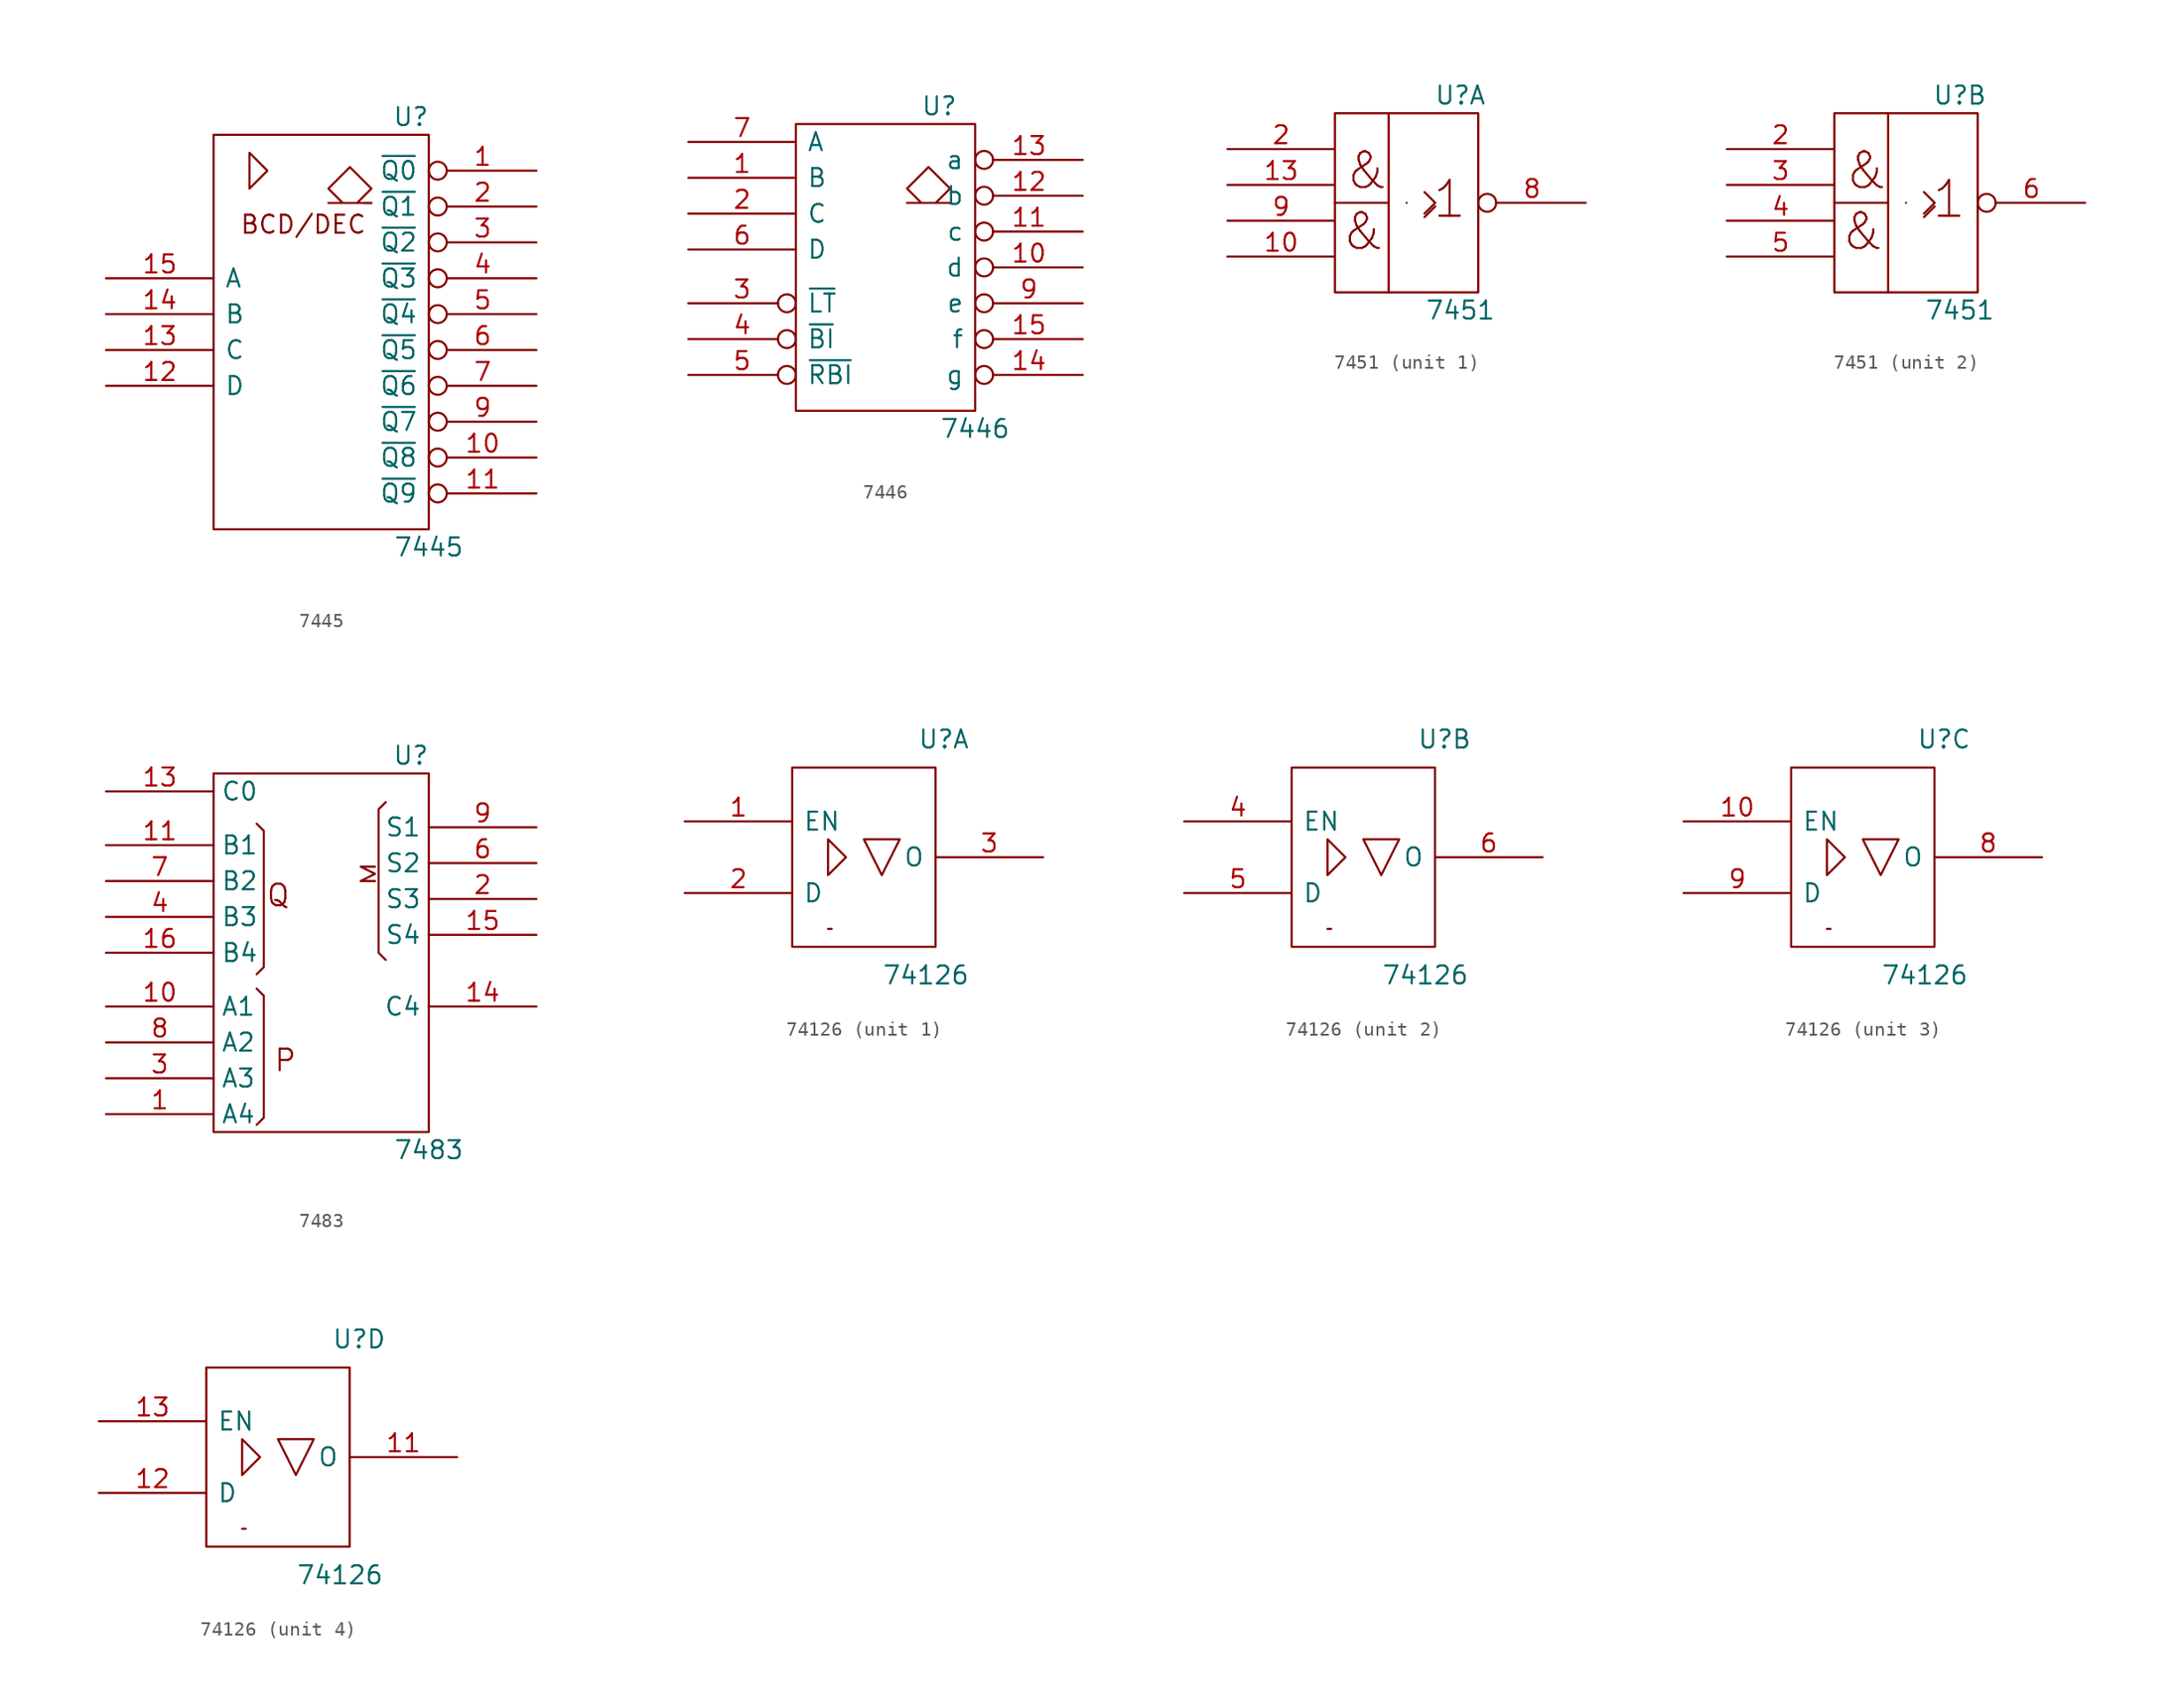
<source format=kicad_sym>
(kicad_symbol_lib
  (version 20201005)
  (generator kicad_symbol_editor)
  (symbol "7445"
    (pin_names
      (offset 0.762))
    (property "Reference" "U"
      (at 6.35 15.24 0)
      (effects (font (size 1.27 1.27))))
    (property "Value" "7445"
      (at 7.62 -15.24 0)
      (effects (font (size 1.27 1.27))))
    (symbol "7445_0_0"
      (text "BCD/DEC" (at -1.27 7.62 0) (effects (font (size 1.27 1.27))))
      (polyline (pts (xy -5.08 12.7) (xy -5.08 10.16) (xy -3.81 11.43) (xy -5.08 12.7) (xy -5.08 12.7)) (stroke (width 0)) (fill (type none)))
      (polyline (pts (xy 3.556 9.144) (xy 3.048 9.144) (xy 3.048 9.144)) (stroke (width 0)) (fill (type none)))
      (polyline (pts (xy 2.54 9.144) (xy 3.556 10.16) (xy 2.032 11.684) (xy 0.508 10.16) (xy 1.524 9.144) (xy 0.508 9.144) (xy 3.556 9.144)) (stroke (width 0)) (fill (type none)))
      (pin power_in line (at 0 13.97 270) (length 0) hide (name "VCC" (effects (font (size 1.27 1.27)))) (number "16" (effects (font (size 1.27 1.27)))))
      (pin power_in line (at 0 -13.97 90) (length 0) hide (name "GND" (effects (font (size 1.27 1.27)))) (number "8" (effects (font (size 1.27 1.27))))))
    (symbol "7445_0_1"
      (rectangle (start -7.62 13.97) (end 7.62 -13.97) (stroke (width 0)) (fill (type none))))
    (symbol "7445_1_1"
      (pin open_collector inverted (at 15.24 -11.43 180) (length 7.62) (name "~Q9" (effects (font (size 1.27 1.27)))) (number "11" (effects (font (size 1.27 1.27)))))
      (pin open_collector inverted (at 15.24 -8.89 180) (length 7.62) (name "~Q8" (effects (font (size 1.27 1.27)))) (number "10" (effects (font (size 1.27 1.27)))))
      (pin open_collector inverted (at 15.24 -6.35 180) (length 7.62) (name "~Q7" (effects (font (size 1.27 1.27)))) (number "9" (effects (font (size 1.27 1.27)))))
      (pin open_collector inverted (at 15.24 -3.81 180) (length 7.62) (name "~Q6" (effects (font (size 1.27 1.27)))) (number "7" (effects (font (size 1.27 1.27)))))
      (pin open_collector inverted (at 15.24 -1.27 180) (length 7.62) (name "~Q5" (effects (font (size 1.27 1.27)))) (number "6" (effects (font (size 1.27 1.27)))))
      (pin open_collector inverted (at 15.24 1.27 180) (length 7.62) (name "~Q4" (effects (font (size 1.27 1.27)))) (number "5" (effects (font (size 1.27 1.27)))))
      (pin open_collector inverted (at 15.24 3.81 180) (length 7.62) (name "~Q3" (effects (font (size 1.27 1.27)))) (number "4" (effects (font (size 1.27 1.27)))))
      (pin open_collector inverted (at 15.24 6.35 180) (length 7.62) (name "~Q2" (effects (font (size 1.27 1.27)))) (number "3" (effects (font (size 1.27 1.27)))))
      (pin open_collector inverted (at 15.24 8.89 180) (length 7.62) (name "~Q1" (effects (font (size 1.27 1.27)))) (number "2" (effects (font (size 1.27 1.27)))))
      (pin open_collector inverted (at 15.24 11.43 180) (length 7.62) (name "~Q0" (effects (font (size 1.27 1.27)))) (number "1" (effects (font (size 1.27 1.27)))))
      (pin input line (at -15.24 -3.81 0) (length 7.62) (name "D" (effects (font (size 1.27 1.27)))) (number "12" (effects (font (size 1.27 1.27)))))
      (pin input line (at -15.24 -1.27 0) (length 7.62) (name "C" (effects (font (size 1.27 1.27)))) (number "13" (effects (font (size 1.27 1.27)))))
      (pin input line (at -15.24 1.27 0) (length 7.62) (name "B" (effects (font (size 1.27 1.27)))) (number "14" (effects (font (size 1.27 1.27)))))
      (pin input line (at -15.24 3.81 0) (length 7.62) (name "A" (effects (font (size 1.27 1.27)))) (number "15" (effects (font (size 1.27 1.27)))))))
  (symbol "7446"
    (pin_names
      (offset 0.762))
    (property "Reference" "U"
      (at 3.81 11.43 0)
      (effects (font (size 1.27 1.27))))
    (property "Value" "7446"
      (at 6.35 -11.43 0)
      (effects (font (size 1.27 1.27))))
    (symbol "7446_0_0"
      (rectangle (start -6.35 10.16) (end 6.35 -10.16) (stroke (width 0)) (fill (type none)))
      (polyline (pts (xy 3.556 4.572) (xy 4.572 5.588) (xy 3.048 7.112) (xy 1.524 5.588) (xy 2.54 4.572) (xy 1.524 4.572) (xy 4.572 4.572) (xy 4.572 4.572)) (stroke (width 0)) (fill (type none)))
      (pin power_in line (at 0 10.16 270) (length 0) hide (name "VCC" (effects (font (size 1.27 1.27)))) (number "16" (effects (font (size 1.27 1.27)))))
      (pin power_in line (at 0 -10.16 90) (length 0) hide (name "GND" (effects (font (size 1.27 1.27)))) (number "8" (effects (font (size 1.27 1.27))))))
    (symbol "7446_1_1"
      (pin open_collector inverted (at 13.97 -7.62 180) (length 7.62) (name "g" (effects (font (size 1.27 1.27)))) (number "14" (effects (font (size 1.27 1.27)))))
      (pin open_collector inverted (at 13.97 -5.08 180) (length 7.62) (name "f" (effects (font (size 1.27 1.27)))) (number "15" (effects (font (size 1.27 1.27)))))
      (pin open_collector inverted (at 13.97 -2.54 180) (length 7.62) (name "e" (effects (font (size 1.27 1.27)))) (number "9" (effects (font (size 1.27 1.27)))))
      (pin open_collector inverted (at 13.97 0 180) (length 7.62) (name "d" (effects (font (size 1.27 1.27)))) (number "10" (effects (font (size 1.27 1.27)))))
      (pin open_collector inverted (at 13.97 2.54 180) (length 7.62) (name "c" (effects (font (size 1.27 1.27)))) (number "11" (effects (font (size 1.27 1.27)))))
      (pin open_collector inverted (at 13.97 5.08 180) (length 7.62) (name "b" (effects (font (size 1.27 1.27)))) (number "12" (effects (font (size 1.27 1.27)))))
      (pin open_collector inverted (at 13.97 7.62 180) (length 7.62) (name "a" (effects (font (size 1.27 1.27)))) (number "13" (effects (font (size 1.27 1.27)))))
      (pin input inverted (at -13.97 -7.62 0) (length 7.62) (name "~RBI" (effects (font (size 1.27 1.27)))) (number "5" (effects (font (size 1.27 1.27)))))
      (pin input inverted (at -13.97 -5.08 0) (length 7.62) (name "~BI" (effects (font (size 1.27 1.27)))) (number "4" (effects (font (size 1.27 1.27)))))
      (pin input inverted (at -13.97 -2.54 0) (length 7.62) (name "~LT" (effects (font (size 1.27 1.27)))) (number "3" (effects (font (size 1.27 1.27)))))
      (pin input line (at -13.97 1.27 0) (length 7.62) (name "D" (effects (font (size 1.27 1.27)))) (number "6" (effects (font (size 1.27 1.27)))))
      (pin input line (at -13.97 3.81 0) (length 7.62) (name "C" (effects (font (size 1.27 1.27)))) (number "2" (effects (font (size 1.27 1.27)))))
      (pin input line (at -13.97 6.35 0) (length 7.62) (name "B" (effects (font (size 1.27 1.27)))) (number "1" (effects (font (size 1.27 1.27)))))
      (pin input line (at -13.97 8.89 0) (length 7.62) (name "A" (effects (font (size 1.27 1.27)))) (number "7" (effects (font (size 1.27 1.27)))))))
  (symbol "7451"
    (pin_names
      (offset 0.762))
    (property "Reference" "U"
      (at 3.81 7.62 0)
      (effects (font (size 1.27 1.27))))
    (property "Value" "7451"
      (at 3.81 -7.62 0)
      (effects (font (size 1.27 1.27))))
    (symbol "7451_0_0"
      (text "&" (at -2.794 2.286 0) (effects (font (size 2.54 2.54))))
      (text "1" (at 3.048 0.254 0) (effects (font (size 2.54 2.54))))
      (text "&" (at -3.048 -2.032 0) (effects (font (size 2.54 2.54))))
      (rectangle (start 0 0) (end 0 0) (stroke (width 0)) (fill (type none)))
      (polyline (pts (xy 1.27 -1.016) (xy 2.032 -0.254) (xy 2.032 -0.254)) (stroke (width 0)) (fill (type none)))
      (polyline (pts (xy 1.27 0.762) (xy 2.032 0) (xy 1.27 -0.762) (xy 1.27 -0.762)) (stroke (width 0)) (fill (type none))))
    (symbol "7451_0_1"
      (rectangle (start -5.08 6.35) (end 5.08 -6.35) (stroke (width 0)) (fill (type none)))
      (polyline (pts (xy -1.27 6.35) (xy -1.27 0) (xy -5.08 0) (xy -5.08 0)) (stroke (width 0)) (fill (type none)))
      (polyline (pts (xy -1.27 0) (xy -1.27 -6.35) (xy -1.27 -6.35)) (stroke (width 0)) (fill (type none)))
      (pin power_in line (at 0 6.35 270) (length 0) hide (name "VCC" (effects (font (size 1.27 1.27)))) (number "14" (effects (font (size 1.27 1.27)))))
      (pin power_in line (at 0 -6.35 90) (length 0) hide (name "GND" (effects (font (size 1.27 1.27)))) (number "7" (effects (font (size 1.27 1.27))))))
    (symbol "7451_1_1"
      (pin output inverted (at 12.7 0 180) (length 7.62) (name "~" (effects (font (size 1.27 1.27)))) (number "8" (effects (font (size 1.27 1.27)))))
      (pin input line (at -12.7 -3.81 0) (length 7.62) (name "~" (effects (font (size 1.27 1.27)))) (number "10" (effects (font (size 1.27 1.27)))))
      (pin input line (at -12.7 -1.27 0) (length 7.62) (name "~" (effects (font (size 1.27 1.27)))) (number "9" (effects (font (size 1.27 1.27)))))
      (pin input line (at -12.7 1.27 0) (length 7.62) (name "~" (effects (font (size 1.27 1.27)))) (number "13" (effects (font (size 1.27 1.27)))))
      (pin input line (at -12.7 3.81 0) (length 7.62) (name "~" (effects (font (size 1.27 1.27)))) (number "2" (effects (font (size 1.27 1.27))))))
    (symbol "7451_2_1"
      (pin output inverted (at 12.7 0 180) (length 7.62) (name "~" (effects (font (size 1.27 1.27)))) (number "6" (effects (font (size 1.27 1.27)))))
      (pin input line (at -12.7 -3.81 0) (length 7.62) (name "~" (effects (font (size 1.27 1.27)))) (number "5" (effects (font (size 1.27 1.27)))))
      (pin input line (at -12.7 -1.27 0) (length 7.62) (name "~" (effects (font (size 1.27 1.27)))) (number "4" (effects (font (size 1.27 1.27)))))
      (pin input line (at -12.7 1.27 0) (length 7.62) (name "~" (effects (font (size 1.27 1.27)))) (number "3" (effects (font (size 1.27 1.27)))))
      (pin input line (at -12.7 3.81 0) (length 7.62) (name "~" (effects (font (size 1.27 1.27)))) (number "2" (effects (font (size 1.27 1.27)))))))
  (symbol "7483"
    (property "Reference" "U"
      (at 6.35 13.97 0)
      (effects (font (size 1.27 1.27))))
    (property "Value" "7483"
      (at 7.62 -13.97 0)
      (effects (font (size 1.27 1.27))))
    (symbol "7483_0_0"
      (text "P" (at -2.54 -7.62 0) (effects (font (size 1.524 1.524))))
      (text "Q" (at -3.048 4.064 0) (effects (font (size 1.524 1.524))))
      (rectangle (start -7.62 12.7) (end 7.62 -12.7) (stroke (width 0)) (fill (type none)))
      (polyline (pts (xy -4.572 -12.192) (xy -4.064 -11.684) (xy -4.064 -3.048) (xy -4.572 -2.54) (xy -4.572 -2.54)) (stroke (width 0)) (fill (type none)))
      (polyline (pts (xy -4.572 9.144) (xy -4.064 8.636) (xy -4.064 -1.016) (xy -4.572 -1.524) (xy -4.572 -1.524)) (stroke (width 0)) (fill (type none)))
      (polyline (pts (xy 4.572 10.668) (xy 4.064 10.16) (xy 4.064 0) (xy 4.572 -0.508) (xy 4.572 -0.508)) (stroke (width 0)) (fill (type none)))
      (polyline (pts (xy 3.81 6.096) (xy 2.794 6.096) (xy 3.81 5.588) (xy 2.794 5.08) (xy 3.81 5.08) (xy 3.81 5.08)) (stroke (width 0)) (fill (type none)))
      (pin power_in line (at 0 12.7 270) (length 0) hide (name "VCC" (effects (font (size 1.27 1.27)))) (number "5" (effects (font (size 1.27 1.27)))))
      (pin power_in line (at 0 -12.7 90) (length 0) hide (name "GND" (effects (font (size 1.27 1.27)))) (number "12" (effects (font (size 1.27 1.27))))))
    (symbol "7483_1_1"
      (pin output line (at 15.24 -3.81 180) (length 7.62) (name "C4" (effects (font (size 1.27 1.27)))) (number "14" (effects (font (size 1.27 1.27)))))
      (pin output line (at 15.24 1.27 180) (length 7.62) (name "S4" (effects (font (size 1.27 1.27)))) (number "15" (effects (font (size 1.27 1.27)))))
      (pin output line (at 15.24 3.81 180) (length 7.62) (name "S3" (effects (font (size 1.27 1.27)))) (number "2" (effects (font (size 1.27 1.27)))))
      (pin output line (at 15.24 6.35 180) (length 7.62) (name "S2" (effects (font (size 1.27 1.27)))) (number "6" (effects (font (size 1.27 1.27)))))
      (pin output line (at 15.24 8.89 180) (length 7.62) (name "S1" (effects (font (size 1.27 1.27)))) (number "9" (effects (font (size 1.27 1.27)))))
      (pin input line (at -15.24 -11.43 0) (length 7.62) (name "A4" (effects (font (size 1.27 1.27)))) (number "1" (effects (font (size 1.27 1.27)))))
      (pin input line (at -15.24 -8.89 0) (length 7.62) (name "A3" (effects (font (size 1.27 1.27)))) (number "3" (effects (font (size 1.27 1.27)))))
      (pin input line (at -15.24 -6.35 0) (length 7.62) (name "A2" (effects (font (size 1.27 1.27)))) (number "8" (effects (font (size 1.27 1.27)))))
      (pin input line (at -15.24 -3.81 0) (length 7.62) (name "A1" (effects (font (size 1.27 1.27)))) (number "10" (effects (font (size 1.27 1.27)))))
      (pin input line (at -15.24 0 0) (length 7.62) (name "B4" (effects (font (size 1.27 1.27)))) (number "16" (effects (font (size 1.27 1.27)))))
      (pin input line (at -15.24 2.54 0) (length 7.62) (name "B3" (effects (font (size 1.27 1.27)))) (number "4" (effects (font (size 1.27 1.27)))))
      (pin input line (at -15.24 5.08 0) (length 7.62) (name "B2" (effects (font (size 1.27 1.27)))) (number "7" (effects (font (size 1.27 1.27)))))
      (pin input line (at -15.24 7.62 0) (length 7.62) (name "B1" (effects (font (size 1.27 1.27)))) (number "11" (effects (font (size 1.27 1.27)))))
      (pin input line (at -15.24 11.43 0) (length 7.62) (name "C0" (effects (font (size 1.27 1.27)))) (number "13" (effects (font (size 1.27 1.27)))))))
  (symbol "74126"
    (pin_names
      (offset 0.762))
    (property "Reference" "U"
      (at 3.81 7.62 0)
      (effects (font (size 1.27 1.27)) (justify left bottom)))
    (property "Value" "74126"
      (at 1.27 -7.62 0)
      (effects (font (size 1.27 1.27)) (justify left top)))
    (symbol "74126_0_0"
      (rectangle (start -2.286 -5.08) (end -2.54 -5.08) (stroke (width 0)) (fill (type none)))
      (pin power_in line (at 0 6.35 270) (length 0) hide (name "VCC" (effects (font (size 1.27 1.27)))) (number "14" (effects (font (size 1.27 1.27)))))
      (pin power_in line (at 0 -6.35 90) (length 0) hide (name "GND" (effects (font (size 1.27 1.27)))) (number "7" (effects (font (size 1.27 1.27))))))
    (symbol "74126_0_1"
      (rectangle (start -5.08 6.35) (end 5.08 -6.35) (stroke (width 0)) (fill (type none)))
      (polyline (pts (xy 0 1.27) (xy 2.54 1.27) (xy 1.27 -1.27) (xy 0 1.27) (xy 0 1.27)) (stroke (width 0)) (fill (type none)))
      (polyline (pts (xy -2.54 1.27) (xy -2.54 -1.27) (xy -1.27 0) (xy -2.54 1.27) (xy -2.54 1.27)) (stroke (width 0)) (fill (type none))))
    (symbol "74126_1_0"
      (pin input line (at -12.7 2.54 0) (length 7.62) (name "EN" (effects (font (size 1.27 1.27)))) (number "1" (effects (font (size 1.27 1.27))))))
    (symbol "74126_1_1"
      (pin tri_state line (at 12.7 0 180) (length 7.62) (name "O" (effects (font (size 1.27 1.27)))) (number "3" (effects (font (size 1.27 1.27)))))
      (pin input line (at -12.7 -2.54 0) (length 7.62) (name "D" (effects (font (size 1.27 1.27)))) (number "2" (effects (font (size 1.27 1.27))))))
    (symbol "74126_2_0"
      (pin input line (at -12.7 2.54 0) (length 7.62) (name "EN" (effects (font (size 1.27 1.27)))) (number "4" (effects (font (size 1.27 1.27))))))
    (symbol "74126_2_1"
      (pin tri_state line (at 12.7 0 180) (length 7.62) (name "O" (effects (font (size 1.27 1.27)))) (number "6" (effects (font (size 1.27 1.27)))))
      (pin input line (at -12.7 -2.54 0) (length 7.62) (name "D" (effects (font (size 1.27 1.27)))) (number "5" (effects (font (size 1.27 1.27))))))
    (symbol "74126_3_0"
      (pin input line (at -12.7 2.54 0) (length 7.62) (name "EN" (effects (font (size 1.27 1.27)))) (number "10" (effects (font (size 1.27 1.27))))))
    (symbol "74126_3_1"
      (pin tri_state line (at 12.7 0 180) (length 7.62) (name "O" (effects (font (size 1.27 1.27)))) (number "8" (effects (font (size 1.27 1.27)))))
      (pin input line (at -12.7 -2.54 0) (length 7.62) (name "D" (effects (font (size 1.27 1.27)))) (number "9" (effects (font (size 1.27 1.27))))))
    (symbol "74126_4_0"
      (pin input line (at -12.7 2.54 0) (length 7.62) (name "EN" (effects (font (size 1.27 1.27)))) (number "13" (effects (font (size 1.27 1.27))))))
    (symbol "74126_4_1"
      (pin tri_state line (at 12.7 0 180) (length 7.62) (name "O" (effects (font (size 1.27 1.27)))) (number "11" (effects (font (size 1.27 1.27)))))
      (pin input line (at -12.7 -2.54 0) (length 7.62) (name "D" (effects (font (size 1.27 1.27)))) (number "12" (effects (font (size 1.27 1.27))))))))
</source>
